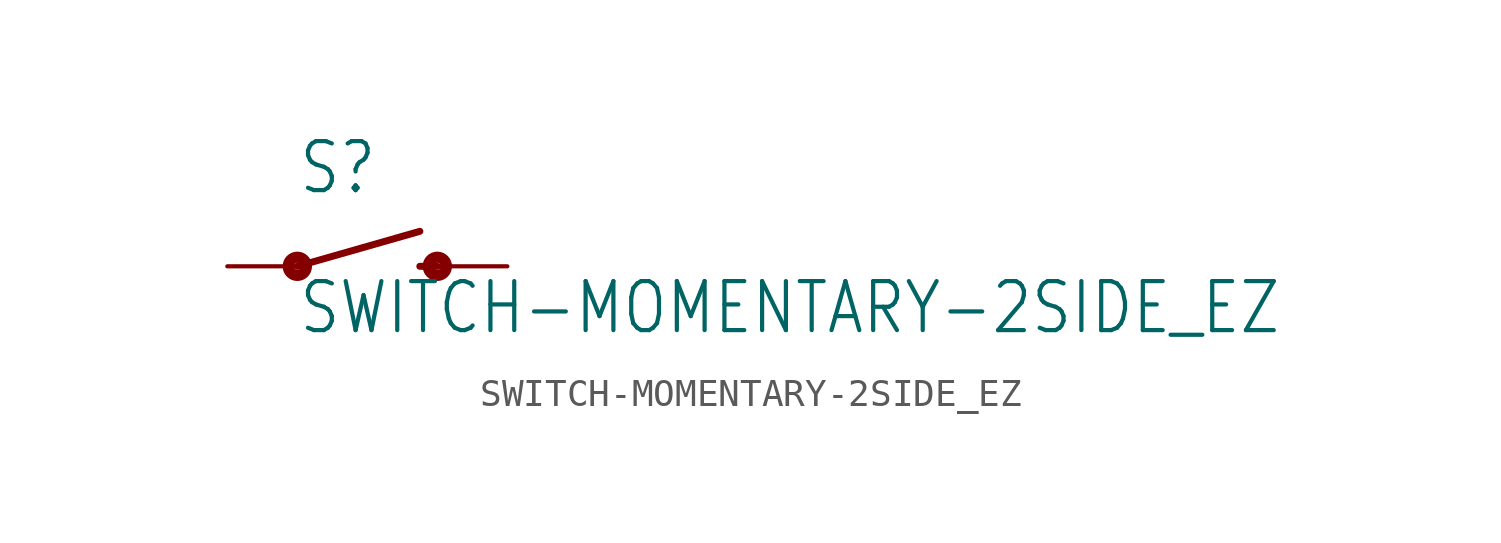
<source format=kicad_sym>
(kicad_symbol_lib
  (version 20211014)
  (generator kicad_symbol_editor)
  (symbol "SWITCH-MOMENTARY-2SIDE_EZ"
    (property "Reference" "S"
      (at -2.54 2.54 0)
      (effects (font (size 1.778 1.511)) (justify left bottom)))
    (property "Value" "SWITCH-MOMENTARY-2SIDE_EZ"
      (at -2.54 -2.54 0)
      (effects (font (size 1.778 1.511)) (justify left bottom)))
    (property "ki_locked" ""
      (at 0 0 0)
      (effects (font (size 1.27 1.27))))
    (symbol "SWITCH-MOMENTARY-2SIDE_EZ_1_0"
      (circle (center -2.54 0) (radius 0.127) (stroke (width 0.406) (type default) (color 0 0 0 0)) (fill (type none)))
      (polyline (pts (xy -2.54 0) (xy 1.905 1.27)) (stroke (width 0.254) (type default) (color 0 0 0 0)) (fill (type none)))
      (polyline (pts (xy 1.905 0) (xy 2.54 0)) (stroke (width 0.254) (type default) (color 0 0 0 0)) (fill (type none)))
      (circle (center 2.54 0) (radius 0.127) (stroke (width 0.406) (type default) (color 0 0 0 0)) (fill (type none)))
      (pin passive line (at -5.08 0 0) (length 2.54) (name "1" (effects (font (size 0 0)))) (number "1" (effects (font (size 0 0)))))
      (pin passive line (at 5.08 0 180) (length 2.54) (name "2" (effects (font (size 0 0)))) (number "2" (effects (font (size 0 0))))))))
</source>
